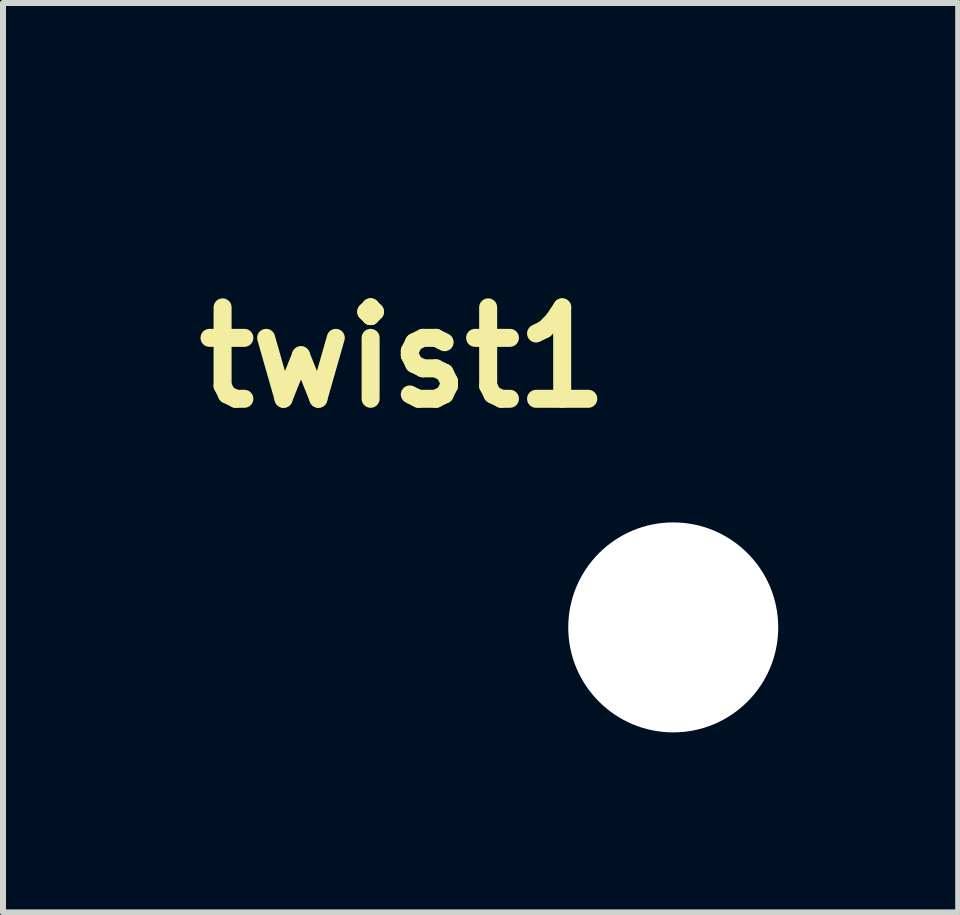
<source format=kicad_pcb>
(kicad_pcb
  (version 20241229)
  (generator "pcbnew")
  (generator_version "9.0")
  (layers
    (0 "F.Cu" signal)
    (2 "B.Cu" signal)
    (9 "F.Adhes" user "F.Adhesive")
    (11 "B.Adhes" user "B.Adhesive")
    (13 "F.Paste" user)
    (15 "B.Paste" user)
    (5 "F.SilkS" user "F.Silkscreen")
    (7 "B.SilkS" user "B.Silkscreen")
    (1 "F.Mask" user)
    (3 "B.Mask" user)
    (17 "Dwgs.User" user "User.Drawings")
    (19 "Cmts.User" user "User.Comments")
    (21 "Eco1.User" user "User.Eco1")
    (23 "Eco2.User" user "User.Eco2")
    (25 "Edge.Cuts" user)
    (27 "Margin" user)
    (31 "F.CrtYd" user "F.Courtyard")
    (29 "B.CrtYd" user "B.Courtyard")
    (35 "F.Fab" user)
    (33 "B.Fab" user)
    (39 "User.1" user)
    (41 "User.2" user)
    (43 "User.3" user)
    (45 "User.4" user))
  (footprint "twist1"
    (layer "F.Cu")
    (at 8.172 7.408)
    (property "Reference" "twist1" (at -4.5 -4.5 0) (layer "F.SilkS") (effects (font (size 1.524 1.524) (thickness 0.3))))
    (attr through_hole)
    (fp_poly (pts (xy -2.068 -4.894) (xy -2.064 -4.894) (xy -1.995 -4.871) (xy -1.933 -4.837) (xy -1.876 -4.789) (xy -1.871 -4.784) (xy -1.817 -4.719) (xy -1.779 -4.648) (xy -1.756 -4.57) (xy -1.749 -4.496) (xy -1.757 -4.416) (xy -1.78 -4.341) (xy -1.817 -4.273) (xy -1.865 -4.213) (xy -1.923 -4.163) (xy -1.99 -4.124) (xy -2.064 -4.098) (xy -2.143 -4.087) (xy -2.16 -4.086) (xy -2.197 -4.089) (xy -2.239 -4.095) (xy -2.266 -4.101) (xy -2.341 -4.129) (xy -2.408 -4.17) (xy -2.464 -4.222) (xy -2.509 -4.284) (xy -2.543 -4.353) (xy -2.563 -4.428) (xy -2.568 -4.506) (xy -2.559 -4.586) (xy -2.555 -4.602) (xy -2.527 -4.677) (xy -2.486 -4.744) (xy -2.433 -4.8) (xy -2.372 -4.846) (xy -2.302 -4.879) (xy -2.227 -4.899) (xy -2.149 -4.904) (xy -2.068 -4.894)) (stroke (width 0.01) (type solid)) (fill yes) (layer "F.Mask"))
    (fp_poly (pts (xy -5.062 -2.443) (xy -5.021 -2.429) (xy -5.021 -2.428) (xy -5.006 -2.418) (xy -4.981 -2.396) (xy -4.948 -2.366) (xy -4.908 -2.328) (xy -4.863 -2.285) (xy -4.814 -2.237) (xy -4.763 -2.187) (xy -4.712 -2.135) (xy -4.662 -2.084) (xy -4.615 -2.035) (xy -4.571 -1.99) (xy -4.534 -1.95) (xy -4.504 -1.916) (xy -4.482 -1.891) (xy -4.471 -1.876) (xy -4.471 -1.874) (xy -4.464 -1.848) (xy -4.459 -1.814) (xy -4.458 -1.789) (xy -4.466 -1.733) (xy -4.488 -1.683) (xy -4.522 -1.642) (xy -4.567 -1.611) (xy -4.62 -1.594) (xy -4.647 -1.591) (xy -4.683 -1.591) (xy -4.716 -1.596) (xy -4.73 -1.6) (xy -4.743 -1.605) (xy -4.757 -1.612) (xy -4.772 -1.622) (xy -4.79 -1.636) (xy -4.811 -1.655) (xy -4.838 -1.679) (xy -4.872 -1.711) (xy -4.913 -1.751) (xy -4.962 -1.801) (xy -5.022 -1.861) (xy -5.052 -1.89) (xy -5.115 -1.954) (xy -5.167 -2.007) (xy -5.209 -2.051) (xy -5.243 -2.088) (xy -5.268 -2.119) (xy -5.286 -2.144) (xy -5.299 -2.167) (xy -5.307 -2.187) (xy -5.312 -2.207) (xy -5.313 -2.228) (xy -5.314 -2.244) (xy -5.306 -2.301) (xy -5.282 -2.353) (xy -5.245 -2.397) (xy -5.198 -2.429) (xy -5.158 -2.443) (xy -5.11 -2.447) (xy -5.062 -2.443)) (stroke (width 0.01) (type solid)) (fill yes) (layer "F.Mask"))
    (fp_poly (pts (xy -7.011 -7.402) (xy -6.993 -7.399) (xy -6.975 -7.394) (xy -6.955 -7.384) (xy -6.932 -7.369) (xy -6.906 -7.349) (xy -6.873 -7.321) (xy -6.835 -7.285) (xy -6.788 -7.24) (xy -6.732 -7.184) (xy -6.672 -7.125) (xy -6.619 -7.071) (xy -6.568 -7.02) (xy -6.521 -6.972) (xy -6.481 -6.93) (xy -6.448 -6.894) (xy -6.424 -6.868) (xy -6.41 -6.851) (xy -6.408 -6.847) (xy -6.387 -6.797) (xy -6.381 -6.745) (xy -6.389 -6.693) (xy -6.41 -6.645) (xy -6.442 -6.603) (xy -6.484 -6.57) (xy -6.524 -6.553) (xy -6.562 -6.543) (xy -6.594 -6.541) (xy -6.628 -6.547) (xy -6.654 -6.554) (xy -6.665 -6.558) (xy -6.677 -6.564) (xy -6.691 -6.573) (xy -6.708 -6.586) (xy -6.729 -6.604) (xy -6.756 -6.629) (xy -6.79 -6.661) (xy -6.832 -6.702) (xy -6.883 -6.753) (xy -6.945 -6.814) (xy -6.948 -6.818) (xy -7.016 -6.885) (xy -7.072 -6.942) (xy -7.119 -6.99) (xy -7.156 -7.03) (xy -7.185 -7.063) (xy -7.206 -7.09) (xy -7.222 -7.113) (xy -7.232 -7.134) (xy -7.238 -7.153) (xy -7.241 -7.171) (xy -7.242 -7.19) (xy -7.242 -7.191) (xy -7.238 -7.242) (xy -7.223 -7.285) (xy -7.196 -7.324) (xy -7.18 -7.341) (xy -7.14 -7.374) (xy -7.1 -7.394) (xy -7.054 -7.402) (xy -7.031 -7.403) (xy -7.011 -7.402)) (stroke (width 0.01) (type solid)) (fill yes) (layer "F.Mask"))
    (fp_poly (pts (xy -4.631 -7.362) (xy -4.621 -7.361) (xy -4.611 -7.36) (xy -4.603 -7.359) (xy -4.546 -7.347) (xy -4.497 -7.321) (xy -4.458 -7.284) (xy -4.431 -7.236) (xy -4.418 -7.18) (xy -4.417 -7.174) (xy -4.416 -7.162) (xy -4.414 -7.152) (xy -4.413 -7.143) (xy -4.413 -7.134) (xy -4.414 -7.124) (xy -4.417 -7.113) (xy -4.422 -7.102) (xy -4.43 -7.088) (xy -4.441 -7.071) (xy -4.455 -7.052) (xy -4.474 -7.029) (xy -4.498 -7.002) (xy -4.526 -6.97) (xy -4.561 -6.933) (xy -4.601 -6.89) (xy -4.648 -6.841) (xy -4.702 -6.786) (xy -4.764 -6.723) (xy -4.834 -6.652) (xy -4.912 -6.573) (xy -5 -6.485) (xy -5.097 -6.388) (xy -5.204 -6.281) (xy -5.322 -6.163) (xy -5.45 -6.034) (xy -5.575 -5.909) (xy -6.707 -4.775) (xy -6.741 -4.703) (xy -6.767 -4.644) (xy -6.784 -4.591) (xy -6.793 -4.539) (xy -6.797 -4.479) (xy -6.798 -4.449) (xy -6.796 -4.397) (xy -6.792 -4.354) (xy -6.783 -4.315) (xy -6.778 -4.297) (xy -6.765 -4.256) (xy -6.751 -4.221) (xy -6.734 -4.188) (xy -6.714 -4.156) (xy -6.688 -4.121) (xy -6.654 -4.083) (xy -6.611 -4.037) (xy -6.56 -3.984) (xy -6.519 -3.941) (xy -6.481 -3.901) (xy -6.448 -3.865) (xy -6.423 -3.836) (xy -6.406 -3.815) (xy -6.401 -3.808) (xy -6.384 -3.757) (xy -6.381 -3.704) (xy -6.393 -3.653) (xy -6.416 -3.605) (xy -6.45 -3.565) (xy -6.494 -3.535) (xy -6.524 -3.523) (xy -6.562 -3.513) (xy -6.594 -3.511) (xy -6.628 -3.517) (xy -6.654 -3.524) (xy -6.669 -3.53) (xy -6.685 -3.538) (xy -6.704 -3.551) (xy -6.726 -3.57) (xy -6.756 -3.597) (xy -6.793 -3.633) (xy -6.83 -3.669) (xy -6.903 -3.743) (xy -6.964 -3.809) (xy -7.015 -3.869) (xy -7.057 -3.927) (xy -7.091 -3.983) (xy -7.121 -4.041) (xy -7.146 -4.102) (xy -7.154 -4.122) (xy -7.18 -4.207) (xy -7.198 -4.288) (xy -7.207 -4.374) (xy -7.209 -4.454) (xy -7.202 -4.585) (xy -7.179 -4.709) (xy -7.14 -4.826) (xy -7.086 -4.936) (xy -7.018 -5.037) (xy -7.007 -5.05) (xy -6.985 -5.073) (xy -6.952 -5.107) (xy -6.909 -5.151) (xy -6.857 -5.205) (xy -6.796 -5.267) (xy -6.726 -5.338) (xy -6.649 -5.416) (xy -6.565 -5.501) (xy -6.474 -5.592) (xy -6.377 -5.689) (xy -6.276 -5.791) (xy -6.17 -5.898) (xy -6.059 -6.008) (xy -5.946 -6.122) (xy -5.853 -6.215) (xy -5.714 -6.353) (xy -5.588 -6.48) (xy -5.472 -6.595) (xy -5.367 -6.7) (xy -5.271 -6.795) (xy -5.185 -6.881) (xy -5.108 -6.958) (xy -5.039 -7.026) (xy -4.977 -7.086) (xy -4.923 -7.139) (xy -4.876 -7.185) (xy -4.835 -7.224) (xy -4.799 -7.257) (xy -4.768 -7.284) (xy -4.742 -7.307) (xy -4.72 -7.325) (xy -4.701 -7.338) (xy -4.685 -7.349) (xy -4.672 -7.356) (xy -4.66 -7.36) (xy -4.65 -7.362) (xy -4.64 -7.363) (xy -4.631 -7.362)) (stroke (width 0.01) (type solid)) (fill yes) (layer "F.Mask"))
    (fp_poly (pts (xy -5.032 -5.474) (xy -5.011 -5.469) (xy -4.994 -5.464) (xy -4.979 -5.457) (xy -4.963 -5.448) (xy -4.945 -5.433) (xy -4.921 -5.413) (xy -4.892 -5.385) (xy -4.853 -5.348) (xy -4.823 -5.318) (xy -4.758 -5.252) (xy -4.704 -5.195) (xy -4.659 -5.143) (xy -4.622 -5.096) (xy -4.59 -5.049) (xy -4.562 -5.002) (xy -4.542 -4.962) (xy -4.494 -4.845) (xy -4.463 -4.724) (xy -4.446 -4.6) (xy -4.446 -4.474) (xy -4.461 -4.348) (xy -4.491 -4.223) (xy -4.537 -4.102) (xy -4.597 -3.984) (xy -4.629 -3.933) (xy -4.641 -3.919) (xy -4.663 -3.894) (xy -4.696 -3.858) (xy -4.739 -3.813) (xy -4.79 -3.76) (xy -4.85 -3.698) (xy -4.918 -3.628) (xy -4.992 -3.552) (xy -5.073 -3.471) (xy -5.158 -3.384) (xy -5.249 -3.292) (xy -5.343 -3.197) (xy -5.441 -3.098) (xy -5.541 -2.998) (xy -5.642 -2.896) (xy -5.745 -2.792) (xy -5.848 -2.689) (xy -5.951 -2.587) (xy -6.053 -2.485) (xy -6.152 -2.386) (xy -6.249 -2.289) (xy -6.343 -2.196) (xy -6.433 -2.107) (xy -6.518 -2.023) (xy -6.598 -1.945) (xy -6.671 -1.873) (xy -6.738 -1.808) (xy -6.796 -1.751) (xy -6.847 -1.703) (xy -6.888 -1.664) (xy -6.92 -1.635) (xy -6.941 -1.616) (xy -6.95 -1.609) (xy -7.003 -1.592) (xy -7.059 -1.59) (xy -7.111 -1.601) (xy -7.142 -1.618) (xy -7.175 -1.645) (xy -7.204 -1.678) (xy -7.226 -1.711) (xy -7.233 -1.729) (xy -7.242 -1.786) (xy -7.236 -1.842) (xy -7.225 -1.876) (xy -7.22 -1.883) (xy -7.211 -1.896) (xy -7.196 -1.913) (xy -7.175 -1.936) (xy -7.148 -1.964) (xy -7.114 -2) (xy -7.074 -2.042) (xy -7.025 -2.092) (xy -6.969 -2.149) (xy -6.905 -2.214) (xy -6.832 -2.289) (xy -6.749 -2.372) (xy -6.657 -2.465) (xy -6.555 -2.567) (xy -6.442 -2.68) (xy -6.319 -2.804) (xy -6.184 -2.939) (xy -6.088 -3.036) (xy -5.952 -3.172) (xy -5.827 -3.297) (xy -5.714 -3.41) (xy -5.611 -3.514) (xy -5.517 -3.608) (xy -5.433 -3.692) (xy -5.358 -3.767) (xy -5.292 -3.835) (xy -5.233 -3.895) (xy -5.181 -3.947) (xy -5.136 -3.993) (xy -5.097 -4.033) (xy -5.064 -4.067) (xy -5.036 -4.096) (xy -5.013 -4.121) (xy -4.994 -4.142) (xy -4.979 -4.16) (xy -4.967 -4.174) (xy -4.957 -4.187) (xy -4.95 -4.197) (xy -4.944 -4.207) (xy -4.939 -4.215) (xy -4.934 -4.224) (xy -4.934 -4.225) (xy -4.892 -4.323) (xy -4.866 -4.423) (xy -4.857 -4.522) (xy -4.864 -4.62) (xy -4.887 -4.715) (xy -4.916 -4.788) (xy -4.928 -4.811) (xy -4.941 -4.832) (xy -4.955 -4.854) (xy -4.973 -4.877) (xy -4.997 -4.904) (xy -5.028 -4.937) (xy -5.068 -4.978) (xy -5.101 -5.013) (xy -5.151 -5.064) (xy -5.191 -5.106) (xy -5.221 -5.14) (xy -5.242 -5.168) (xy -5.257 -5.192) (xy -5.266 -5.214) (xy -5.271 -5.236) (xy -5.273 -5.26) (xy -5.273 -5.28) (xy -5.265 -5.335) (xy -5.241 -5.385) (xy -5.203 -5.427) (xy -5.177 -5.445) (xy -5.128 -5.469) (xy -5.081 -5.479) (xy -5.032 -5.474)) (stroke (width 0.01) (type solid)) (fill yes) (layer "F.Mask"))
    (fp_poly (pts (xy -2.068 -4.894) (xy -2.064 -4.894) (xy -1.995 -4.871) (xy -1.933 -4.837) (xy -1.876 -4.789) (xy -1.871 -4.784) (xy -1.817 -4.719) (xy -1.779 -4.648) (xy -1.756 -4.57) (xy -1.749 -4.496) (xy -1.757 -4.416) (xy -1.78 -4.341) (xy -1.817 -4.273) (xy -1.865 -4.213) (xy -1.923 -4.163) (xy -1.99 -4.124) (xy -2.064 -4.098) (xy -2.143 -4.087) (xy -2.16 -4.086) (xy -2.197 -4.089) (xy -2.239 -4.095) (xy -2.266 -4.101) (xy -2.341 -4.129) (xy -2.408 -4.17) (xy -2.464 -4.222) (xy -2.509 -4.284) (xy -2.543 -4.353) (xy -2.563 -4.428) (xy -2.568 -4.506) (xy -2.559 -4.586) (xy -2.555 -4.602) (xy -2.527 -4.677) (xy -2.486 -4.744) (xy -2.433 -4.8) (xy -2.372 -4.846) (xy -2.302 -4.879) (xy -2.227 -4.899) (xy -2.149 -4.904) (xy -2.068 -4.894)) (stroke (width 0.01) (type solid)) (fill yes) (layer "B.Mask"))
    (fp_poly (pts (xy -5.062 -2.443) (xy -5.021 -2.429) (xy -5.021 -2.428) (xy -5.006 -2.418) (xy -4.981 -2.396) (xy -4.948 -2.366) (xy -4.908 -2.328) (xy -4.863 -2.285) (xy -4.814 -2.237) (xy -4.763 -2.187) (xy -4.712 -2.135) (xy -4.662 -2.084) (xy -4.615 -2.035) (xy -4.571 -1.99) (xy -4.534 -1.95) (xy -4.504 -1.916) (xy -4.482 -1.891) (xy -4.471 -1.876) (xy -4.471 -1.874) (xy -4.464 -1.848) (xy -4.459 -1.814) (xy -4.458 -1.789) (xy -4.466 -1.733) (xy -4.488 -1.683) (xy -4.522 -1.642) (xy -4.567 -1.611) (xy -4.62 -1.594) (xy -4.647 -1.591) (xy -4.683 -1.591) (xy -4.716 -1.596) (xy -4.73 -1.6) (xy -4.743 -1.605) (xy -4.757 -1.612) (xy -4.772 -1.622) (xy -4.79 -1.636) (xy -4.811 -1.655) (xy -4.838 -1.679) (xy -4.872 -1.711) (xy -4.913 -1.751) (xy -4.962 -1.801) (xy -5.022 -1.861) (xy -5.052 -1.89) (xy -5.115 -1.954) (xy -5.167 -2.007) (xy -5.209 -2.051) (xy -5.243 -2.088) (xy -5.268 -2.119) (xy -5.286 -2.144) (xy -5.299 -2.167) (xy -5.307 -2.187) (xy -5.312 -2.207) (xy -5.313 -2.228) (xy -5.314 -2.244) (xy -5.306 -2.301) (xy -5.282 -2.353) (xy -5.245 -2.397) (xy -5.198 -2.429) (xy -5.158 -2.443) (xy -5.11 -2.447) (xy -5.062 -2.443)) (stroke (width 0.01) (type solid)) (fill yes) (layer "B.Mask"))
    (fp_poly (pts (xy -7.011 -7.402) (xy -6.993 -7.399) (xy -6.975 -7.394) (xy -6.955 -7.384) (xy -6.932 -7.369) (xy -6.906 -7.349) (xy -6.873 -7.321) (xy -6.835 -7.285) (xy -6.788 -7.24) (xy -6.732 -7.184) (xy -6.672 -7.125) (xy -6.619 -7.071) (xy -6.568 -7.02) (xy -6.521 -6.972) (xy -6.481 -6.93) (xy -6.448 -6.894) (xy -6.424 -6.868) (xy -6.41 -6.851) (xy -6.408 -6.847) (xy -6.387 -6.797) (xy -6.381 -6.745) (xy -6.389 -6.693) (xy -6.41 -6.645) (xy -6.442 -6.603) (xy -6.484 -6.57) (xy -6.524 -6.553) (xy -6.562 -6.543) (xy -6.594 -6.541) (xy -6.628 -6.547) (xy -6.654 -6.554) (xy -6.665 -6.558) (xy -6.677 -6.564) (xy -6.691 -6.573) (xy -6.708 -6.586) (xy -6.729 -6.604) (xy -6.756 -6.629) (xy -6.79 -6.661) (xy -6.832 -6.702) (xy -6.883 -6.753) (xy -6.945 -6.814) (xy -6.948 -6.818) (xy -7.016 -6.885) (xy -7.072 -6.942) (xy -7.119 -6.99) (xy -7.156 -7.03) (xy -7.185 -7.063) (xy -7.206 -7.09) (xy -7.222 -7.113) (xy -7.232 -7.134) (xy -7.238 -7.153) (xy -7.241 -7.171) (xy -7.242 -7.19) (xy -7.242 -7.191) (xy -7.238 -7.242) (xy -7.223 -7.285) (xy -7.196 -7.324) (xy -7.18 -7.341) (xy -7.14 -7.374) (xy -7.1 -7.394) (xy -7.054 -7.402) (xy -7.031 -7.403) (xy -7.011 -7.402)) (stroke (width 0.01) (type solid)) (fill yes) (layer "B.Mask"))
    (fp_poly (pts (xy -4.631 -7.362) (xy -4.621 -7.361) (xy -4.611 -7.36) (xy -4.603 -7.359) (xy -4.546 -7.347) (xy -4.497 -7.321) (xy -4.458 -7.284) (xy -4.431 -7.236) (xy -4.418 -7.18) (xy -4.417 -7.174) (xy -4.416 -7.162) (xy -4.414 -7.152) (xy -4.413 -7.143) (xy -4.413 -7.134) (xy -4.414 -7.124) (xy -4.417 -7.113) (xy -4.422 -7.102) (xy -4.43 -7.088) (xy -4.441 -7.071) (xy -4.455 -7.052) (xy -4.474 -7.029) (xy -4.498 -7.002) (xy -4.526 -6.97) (xy -4.561 -6.933) (xy -4.601 -6.89) (xy -4.648 -6.841) (xy -4.702 -6.786) (xy -4.764 -6.723) (xy -4.834 -6.652) (xy -4.912 -6.573) (xy -5 -6.485) (xy -5.097 -6.388) (xy -5.204 -6.281) (xy -5.322 -6.163) (xy -5.45 -6.034) (xy -5.575 -5.909) (xy -6.707 -4.775) (xy -6.741 -4.703) (xy -6.767 -4.644) (xy -6.784 -4.591) (xy -6.793 -4.539) (xy -6.797 -4.479) (xy -6.798 -4.449) (xy -6.796 -4.397) (xy -6.792 -4.354) (xy -6.783 -4.315) (xy -6.778 -4.297) (xy -6.765 -4.256) (xy -6.751 -4.221) (xy -6.734 -4.188) (xy -6.714 -4.156) (xy -6.688 -4.121) (xy -6.654 -4.083) (xy -6.611 -4.037) (xy -6.56 -3.984) (xy -6.519 -3.941) (xy -6.481 -3.901) (xy -6.448 -3.865) (xy -6.423 -3.836) (xy -6.406 -3.815) (xy -6.401 -3.808) (xy -6.384 -3.757) (xy -6.381 -3.704) (xy -6.393 -3.653) (xy -6.416 -3.605) (xy -6.45 -3.565) (xy -6.494 -3.535) (xy -6.524 -3.523) (xy -6.562 -3.513) (xy -6.594 -3.511) (xy -6.628 -3.517) (xy -6.654 -3.524) (xy -6.669 -3.53) (xy -6.685 -3.538) (xy -6.704 -3.551) (xy -6.726 -3.57) (xy -6.756 -3.597) (xy -6.793 -3.633) (xy -6.83 -3.669) (xy -6.903 -3.743) (xy -6.964 -3.809) (xy -7.015 -3.869) (xy -7.057 -3.927) (xy -7.091 -3.983) (xy -7.121 -4.041) (xy -7.146 -4.102) (xy -7.154 -4.122) (xy -7.18 -4.207) (xy -7.198 -4.288) (xy -7.207 -4.374) (xy -7.209 -4.454) (xy -7.202 -4.585) (xy -7.179 -4.709) (xy -7.14 -4.826) (xy -7.086 -4.936) (xy -7.018 -5.037) (xy -7.007 -5.05) (xy -6.985 -5.073) (xy -6.952 -5.107) (xy -6.909 -5.151) (xy -6.857 -5.205) (xy -6.796 -5.267) (xy -6.726 -5.338) (xy -6.649 -5.416) (xy -6.565 -5.501) (xy -6.474 -5.592) (xy -6.377 -5.689) (xy -6.276 -5.791) (xy -6.17 -5.898) (xy -6.059 -6.008) (xy -5.946 -6.122) (xy -5.853 -6.215) (xy -5.714 -6.353) (xy -5.588 -6.48) (xy -5.472 -6.595) (xy -5.367 -6.7) (xy -5.271 -6.795) (xy -5.185 -6.881) (xy -5.108 -6.958) (xy -5.039 -7.026) (xy -4.977 -7.086) (xy -4.923 -7.139) (xy -4.876 -7.185) (xy -4.835 -7.224) (xy -4.799 -7.257) (xy -4.768 -7.284) (xy -4.742 -7.307) (xy -4.72 -7.325) (xy -4.701 -7.338) (xy -4.685 -7.349) (xy -4.672 -7.356) (xy -4.66 -7.36) (xy -4.65 -7.362) (xy -4.64 -7.363) (xy -4.631 -7.362)) (stroke (width 0.01) (type solid)) (fill yes) (layer "B.Mask"))
    (fp_poly (pts (xy -5.032 -5.474) (xy -5.011 -5.469) (xy -4.994 -5.464) (xy -4.979 -5.457) (xy -4.963 -5.448) (xy -4.945 -5.433) (xy -4.921 -5.413) (xy -4.892 -5.385) (xy -4.853 -5.348) (xy -4.823 -5.318) (xy -4.758 -5.252) (xy -4.704 -5.195) (xy -4.659 -5.143) (xy -4.622 -5.096) (xy -4.59 -5.049) (xy -4.562 -5.002) (xy -4.542 -4.962) (xy -4.494 -4.845) (xy -4.463 -4.724) (xy -4.446 -4.6) (xy -4.446 -4.474) (xy -4.461 -4.348) (xy -4.491 -4.223) (xy -4.537 -4.102) (xy -4.597 -3.984) (xy -4.629 -3.933) (xy -4.641 -3.919) (xy -4.663 -3.894) (xy -4.696 -3.858) (xy -4.739 -3.813) (xy -4.79 -3.76) (xy -4.85 -3.698) (xy -4.918 -3.628) (xy -4.992 -3.552) (xy -5.073 -3.471) (xy -5.158 -3.384) (xy -5.249 -3.292) (xy -5.343 -3.197) (xy -5.441 -3.098) (xy -5.541 -2.998) (xy -5.642 -2.896) (xy -5.745 -2.792) (xy -5.848 -2.689) (xy -5.951 -2.587) (xy -6.053 -2.485) (xy -6.152 -2.386) (xy -6.249 -2.289) (xy -6.343 -2.196) (xy -6.433 -2.107) (xy -6.518 -2.023) (xy -6.598 -1.945) (xy -6.671 -1.873) (xy -6.738 -1.808) (xy -6.796 -1.751) (xy -6.847 -1.703) (xy -6.888 -1.664) (xy -6.92 -1.635) (xy -6.941 -1.616) (xy -6.95 -1.609) (xy -7.003 -1.592) (xy -7.059 -1.59) (xy -7.111 -1.601) (xy -7.142 -1.618) (xy -7.175 -1.645) (xy -7.204 -1.678) (xy -7.226 -1.711) (xy -7.233 -1.729) (xy -7.242 -1.786) (xy -7.236 -1.842) (xy -7.225 -1.876) (xy -7.22 -1.883) (xy -7.211 -1.896) (xy -7.196 -1.913) (xy -7.175 -1.936) (xy -7.148 -1.964) (xy -7.114 -2) (xy -7.074 -2.042) (xy -7.025 -2.092) (xy -6.969 -2.149) (xy -6.905 -2.214) (xy -6.832 -2.289) (xy -6.749 -2.372) (xy -6.657 -2.465) (xy -6.555 -2.567) (xy -6.442 -2.68) (xy -6.319 -2.804) (xy -6.184 -2.939) (xy -6.088 -3.036) (xy -5.952 -3.172) (xy -5.827 -3.297) (xy -5.714 -3.41) (xy -5.611 -3.514) (xy -5.517 -3.608) (xy -5.433 -3.692) (xy -5.358 -3.767) (xy -5.292 -3.835) (xy -5.233 -3.895) (xy -5.181 -3.947) (xy -5.136 -3.993) (xy -5.097 -4.033) (xy -5.064 -4.067) (xy -5.036 -4.096) (xy -5.013 -4.121) (xy -4.994 -4.142) (xy -4.979 -4.16) (xy -4.967 -4.174) (xy -4.957 -4.187) (xy -4.95 -4.197) (xy -4.944 -4.207) (xy -4.939 -4.215) (xy -4.934 -4.224) (xy -4.934 -4.225) (xy -4.892 -4.323) (xy -4.866 -4.423) (xy -4.857 -4.522) (xy -4.864 -4.62) (xy -4.887 -4.715) (xy -4.916 -4.788) (xy -4.928 -4.811) (xy -4.941 -4.832) (xy -4.955 -4.854) (xy -4.973 -4.877) (xy -4.997 -4.904) (xy -5.028 -4.937) (xy -5.068 -4.978) (xy -5.101 -5.013) (xy -5.151 -5.064) (xy -5.191 -5.106) (xy -5.221 -5.14) (xy -5.242 -5.168) (xy -5.257 -5.192) (xy -5.266 -5.214) (xy -5.271 -5.236) (xy -5.273 -5.26) (xy -5.273 -5.28) (xy -5.265 -5.335) (xy -5.241 -5.385) (xy -5.203 -5.427) (xy -5.177 -5.445) (xy -5.128 -5.469) (xy -5.081 -5.479) (xy -5.032 -5.474)) (stroke (width 0.01) (type solid)) (fill yes) (layer "B.Mask"))
    (pad "" np_thru_hole circle (at 0 0) (size 3.5 3.5) (drill 3.5) (layers "*.Cu" "*.Mask")))
  (gr_rect
    (start -3 -3)
    (end 12.922 12.158)
    (stroke (width 0.1) (type default))
    (fill no)
    (layer "Edge.Cuts")))
</source>
